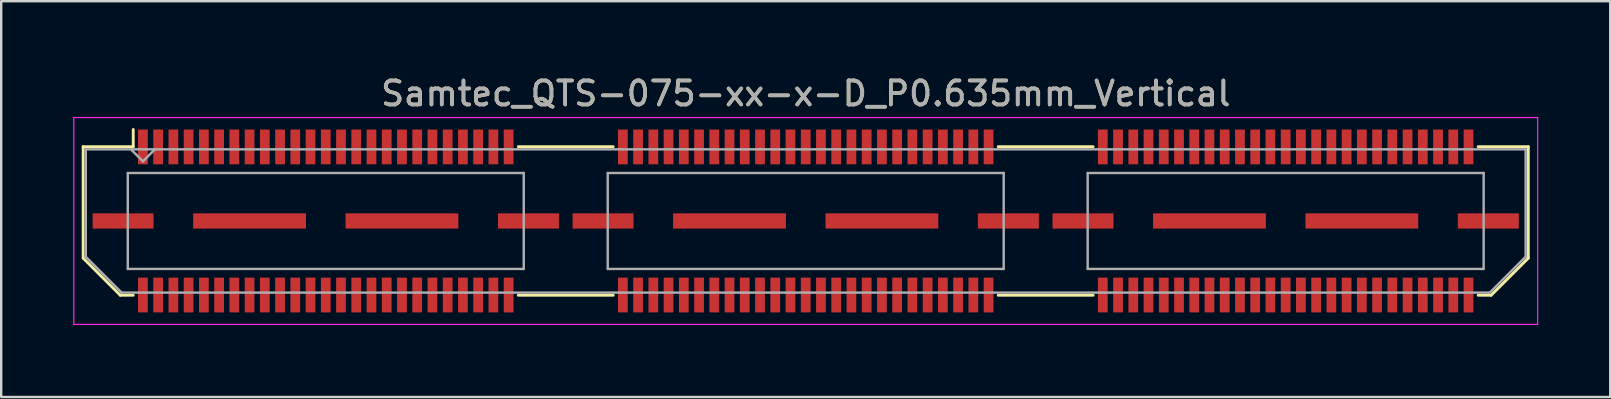
<source format=kicad_pcb>
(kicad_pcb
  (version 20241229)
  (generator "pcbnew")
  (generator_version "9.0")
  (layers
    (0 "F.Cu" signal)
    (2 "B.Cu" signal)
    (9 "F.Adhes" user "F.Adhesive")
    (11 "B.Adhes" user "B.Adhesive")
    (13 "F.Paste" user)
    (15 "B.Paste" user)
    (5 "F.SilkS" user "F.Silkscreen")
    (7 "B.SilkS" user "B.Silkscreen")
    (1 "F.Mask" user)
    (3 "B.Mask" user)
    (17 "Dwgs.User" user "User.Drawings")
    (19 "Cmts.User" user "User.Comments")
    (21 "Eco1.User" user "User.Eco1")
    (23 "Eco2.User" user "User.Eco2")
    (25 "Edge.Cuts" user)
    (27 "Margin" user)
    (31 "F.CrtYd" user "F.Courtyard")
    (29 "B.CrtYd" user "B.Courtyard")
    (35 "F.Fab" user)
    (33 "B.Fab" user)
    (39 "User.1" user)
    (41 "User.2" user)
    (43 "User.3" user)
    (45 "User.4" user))
  (footprint "Samtec_QTS-075-xx-x-D_P0.635mm_Vertical"
    (layer "F.Cu")
    (at 30.525 6.158)
    (property "Reference" "Samtec_QTS-075-xx-x-D_P0.635mm_Vertical" (at 0 -5.31 0) (layer "F.SilkS") (effects (font (size 1 1) (thickness 0.15))))
    (attr smd)
    (fp_line (start -30.11 -3.095) (end -30.11 1.548) (stroke (width 0.12) (type solid)) (layer "F.SilkS"))
    (fp_line (start -30.11 1.548) (end -28.562 3.095) (stroke (width 0.12) (type solid)) (layer "F.SilkS"))
    (fp_line (start -28.562 3.095) (end -28.023 3.095) (stroke (width 0.12) (type solid)) (layer "F.SilkS"))
    (fp_line (start -28.023 -3.811) (end -28.023 -3.095) (stroke (width 0.12) (type solid)) (layer "F.SilkS"))
    (fp_line (start -28.023 -3.095) (end -30.11 -3.095) (stroke (width 0.12) (type solid)) (layer "F.SilkS"))
    (fp_line (start -11.977 -3.095) (end -8.023 -3.095) (stroke (width 0.12) (type solid)) (layer "F.SilkS"))
    (fp_line (start -11.977 3.095) (end -8.023 3.095) (stroke (width 0.12) (type solid)) (layer "F.SilkS"))
    (fp_line (start 8.023 -3.095) (end 11.977 -3.095) (stroke (width 0.12) (type solid)) (layer "F.SilkS"))
    (fp_line (start 8.023 3.095) (end 11.977 3.095) (stroke (width 0.12) (type solid)) (layer "F.SilkS"))
    (fp_line (start 28.023 -3.095) (end 30.11 -3.095) (stroke (width 0.12) (type solid)) (layer "F.SilkS"))
    (fp_line (start 28.562 3.095) (end 28.023 3.095) (stroke (width 0.12) (type solid)) (layer "F.SilkS"))
    (fp_line (start 30.11 -3.095) (end 30.11 1.548) (stroke (width 0.12) (type solid)) (layer "F.SilkS"))
    (fp_line (start 30.11 1.548) (end 28.562 3.095) (stroke (width 0.12) (type solid)) (layer "F.SilkS"))
    (fp_line (start -30.5 -4.31) (end -30.5 4.31) (stroke (width 0.05) (type solid)) (layer "F.CrtYd"))
    (fp_line (start -30.5 4.31) (end 30.5 4.31) (stroke (width 0.05) (type solid)) (layer "F.CrtYd"))
    (fp_line (start 30.5 -4.31) (end -30.5 -4.31) (stroke (width 0.05) (type solid)) (layer "F.CrtYd"))
    (fp_line (start 30.5 4.31) (end 30.5 -4.31) (stroke (width 0.05) (type solid)) (layer "F.CrtYd"))
    (fp_line (start -30 -2.985) (end -30 1.492) (stroke (width 0.1) (type solid)) (layer "F.Fab"))
    (fp_line (start -30 -2.985) (end 30 -2.985) (stroke (width 0.1) (type solid)) (layer "F.Fab"))
    (fp_line (start -30 1.492) (end -28.508 2.985) (stroke (width 0.1) (type solid)) (layer "F.Fab"))
    (fp_line (start -28.508 2.985) (end 28.508 2.985) (stroke (width 0.1) (type solid)) (layer "F.Fab"))
    (fp_line (start -28.25 -2) (end -28.25 2) (stroke (width 0.1) (type solid)) (layer "F.Fab"))
    (fp_line (start -28.25 2) (end -11.75 2) (stroke (width 0.1) (type solid)) (layer "F.Fab"))
    (fp_line (start -27.62 -2.485) (end -28.12 -2.985) (stroke (width 0.1) (type solid)) (layer "F.Fab"))
    (fp_line (start -27.12 -2.985) (end -27.62 -2.485) (stroke (width 0.1) (type solid)) (layer "F.Fab"))
    (fp_line (start -11.75 -2) (end -28.25 -2) (stroke (width 0.1) (type solid)) (layer "F.Fab"))
    (fp_line (start -11.75 2) (end -11.75 -2) (stroke (width 0.1) (type solid)) (layer "F.Fab"))
    (fp_line (start -8.25 -2) (end -8.25 2) (stroke (width 0.1) (type solid)) (layer "F.Fab"))
    (fp_line (start -8.25 2) (end 8.25 2) (stroke (width 0.1) (type solid)) (layer "F.Fab"))
    (fp_line (start 8.25 -2) (end -8.25 -2) (stroke (width 0.1) (type solid)) (layer "F.Fab"))
    (fp_line (start 8.25 2) (end 8.25 -2) (stroke (width 0.1) (type solid)) (layer "F.Fab"))
    (fp_line (start 11.75 -2) (end 11.75 2) (stroke (width 0.1) (type solid)) (layer "F.Fab"))
    (fp_line (start 11.75 2) (end 28.25 2) (stroke (width 0.1) (type solid)) (layer "F.Fab"))
    (fp_line (start 28.25 -2) (end 11.75 -2) (stroke (width 0.1) (type solid)) (layer "F.Fab"))
    (fp_line (start 28.25 2) (end 28.25 -2) (stroke (width 0.1) (type solid)) (layer "F.Fab"))
    (fp_line (start 30 -2.985) (end 30 1.492) (stroke (width 0.1) (type solid)) (layer "F.Fab"))
    (fp_line (start 30 1.492) (end 28.508 2.985) (stroke (width 0.1) (type solid)) (layer "F.Fab"))
    (fp_text user "${REFERENCE}" (at 0 -5.31 0) (layer "F.Fab") (effects (font (size 1 1) (thickness 0.15))))
    (pad "1" smd rect (at -27.62 -3.086) (size 0.406 1.45) (layers "F.Cu" "F.Mask" "F.Paste"))
    (pad "2" smd rect (at -27.62 3.086) (size 0.406 1.45) (layers "F.Cu" "F.Mask" "F.Paste"))
    (pad "3" smd rect (at -26.985 -3.086) (size 0.406 1.45) (layers "F.Cu" "F.Mask" "F.Paste"))
    (pad "4" smd rect (at -26.985 3.086) (size 0.406 1.45) (layers "F.Cu" "F.Mask" "F.Paste"))
    (pad "5" smd rect (at -26.35 -3.086) (size 0.406 1.45) (layers "F.Cu" "F.Mask" "F.Paste"))
    (pad "6" smd rect (at -26.35 3.086) (size 0.406 1.45) (layers "F.Cu" "F.Mask" "F.Paste"))
    (pad "7" smd rect (at -25.715 -3.086) (size 0.406 1.45) (layers "F.Cu" "F.Mask" "F.Paste"))
    (pad "8" smd rect (at -25.715 3.086) (size 0.406 1.45) (layers "F.Cu" "F.Mask" "F.Paste"))
    (pad "9" smd rect (at -25.08 -3.086) (size 0.406 1.45) (layers "F.Cu" "F.Mask" "F.Paste"))
    (pad "10" smd rect (at -25.08 3.086) (size 0.406 1.45) (layers "F.Cu" "F.Mask" "F.Paste"))
    (pad "11" smd rect (at -24.445 -3.086) (size 0.406 1.45) (layers "F.Cu" "F.Mask" "F.Paste"))
    (pad "12" smd rect (at -24.445 3.086) (size 0.406 1.45) (layers "F.Cu" "F.Mask" "F.Paste"))
    (pad "13" smd rect (at -23.81 -3.086) (size 0.406 1.45) (layers "F.Cu" "F.Mask" "F.Paste"))
    (pad "14" smd rect (at -23.81 3.086) (size 0.406 1.45) (layers "F.Cu" "F.Mask" "F.Paste"))
    (pad "15" smd rect (at -23.175 -3.086) (size 0.406 1.45) (layers "F.Cu" "F.Mask" "F.Paste"))
    (pad "16" smd rect (at -23.175 3.086) (size 0.406 1.45) (layers "F.Cu" "F.Mask" "F.Paste"))
    (pad "17" smd rect (at -22.54 -3.086) (size 0.406 1.45) (layers "F.Cu" "F.Mask" "F.Paste"))
    (pad "18" smd rect (at -22.54 3.086) (size 0.406 1.45) (layers "F.Cu" "F.Mask" "F.Paste"))
    (pad "19" smd rect (at -21.905 -3.086) (size 0.406 1.45) (layers "F.Cu" "F.Mask" "F.Paste"))
    (pad "20" smd rect (at -21.905 3.086) (size 0.406 1.45) (layers "F.Cu" "F.Mask" "F.Paste"))
    (pad "21" smd rect (at -21.27 -3.086) (size 0.406 1.45) (layers "F.Cu" "F.Mask" "F.Paste"))
    (pad "22" smd rect (at -21.27 3.086) (size 0.406 1.45) (layers "F.Cu" "F.Mask" "F.Paste"))
    (pad "23" smd rect (at -20.635 -3.086) (size 0.406 1.45) (layers "F.Cu" "F.Mask" "F.Paste"))
    (pad "24" smd rect (at -20.635 3.086) (size 0.406 1.45) (layers "F.Cu" "F.Mask" "F.Paste"))
    (pad "25" smd rect (at -20 -3.086) (size 0.406 1.45) (layers "F.Cu" "F.Mask" "F.Paste"))
    (pad "26" smd rect (at -20 3.086) (size 0.406 1.45) (layers "F.Cu" "F.Mask" "F.Paste"))
    (pad "27" smd rect (at -19.365 -3.086) (size 0.406 1.45) (layers "F.Cu" "F.Mask" "F.Paste"))
    (pad "28" smd rect (at -19.365 3.086) (size 0.406 1.45) (layers "F.Cu" "F.Mask" "F.Paste"))
    (pad "29" smd rect (at -18.73 -3.086) (size 0.406 1.45) (layers "F.Cu" "F.Mask" "F.Paste"))
    (pad "30" smd rect (at -18.73 3.086) (size 0.406 1.45) (layers "F.Cu" "F.Mask" "F.Paste"))
    (pad "31" smd rect (at -18.095 -3.086) (size 0.406 1.45) (layers "F.Cu" "F.Mask" "F.Paste"))
    (pad "32" smd rect (at -18.095 3.086) (size 0.406 1.45) (layers "F.Cu" "F.Mask" "F.Paste"))
    (pad "33" smd rect (at -17.46 -3.086) (size 0.406 1.45) (layers "F.Cu" "F.Mask" "F.Paste"))
    (pad "34" smd rect (at -17.46 3.086) (size 0.406 1.45) (layers "F.Cu" "F.Mask" "F.Paste"))
    (pad "35" smd rect (at -16.825 -3.086) (size 0.406 1.45) (layers "F.Cu" "F.Mask" "F.Paste"))
    (pad "36" smd rect (at -16.825 3.086) (size 0.406 1.45) (layers "F.Cu" "F.Mask" "F.Paste"))
    (pad "37" smd rect (at -16.19 -3.086) (size 0.406 1.45) (layers "F.Cu" "F.Mask" "F.Paste"))
    (pad "38" smd rect (at -16.19 3.086) (size 0.406 1.45) (layers "F.Cu" "F.Mask" "F.Paste"))
    (pad "39" smd rect (at -15.555 -3.086) (size 0.406 1.45) (layers "F.Cu" "F.Mask" "F.Paste"))
    (pad "40" smd rect (at -15.555 3.086) (size 0.406 1.45) (layers "F.Cu" "F.Mask" "F.Paste"))
    (pad "41" smd rect (at -14.92 -3.086) (size 0.406 1.45) (layers "F.Cu" "F.Mask" "F.Paste"))
    (pad "42" smd rect (at -14.92 3.086) (size 0.406 1.45) (layers "F.Cu" "F.Mask" "F.Paste"))
    (pad "43" smd rect (at -14.285 -3.086) (size 0.406 1.45) (layers "F.Cu" "F.Mask" "F.Paste"))
    (pad "44" smd rect (at -14.285 3.086) (size 0.406 1.45) (layers "F.Cu" "F.Mask" "F.Paste"))
    (pad "45" smd rect (at -13.65 -3.086) (size 0.406 1.45) (layers "F.Cu" "F.Mask" "F.Paste"))
    (pad "46" smd rect (at -13.65 3.086) (size 0.406 1.45) (layers "F.Cu" "F.Mask" "F.Paste"))
    (pad "47" smd rect (at -13.015 -3.086) (size 0.406 1.45) (layers "F.Cu" "F.Mask" "F.Paste"))
    (pad "48" smd rect (at -13.015 3.086) (size 0.406 1.45) (layers "F.Cu" "F.Mask" "F.Paste"))
    (pad "49" smd rect (at -12.38 -3.086) (size 0.406 1.45) (layers "F.Cu" "F.Mask" "F.Paste"))
    (pad "50" smd rect (at -12.38 3.086) (size 0.406 1.45) (layers "F.Cu" "F.Mask" "F.Paste"))
    (pad "51" smd rect (at -7.62 -3.086) (size 0.406 1.45) (layers "F.Cu" "F.Mask" "F.Paste"))
    (pad "52" smd rect (at -7.62 3.086) (size 0.406 1.45) (layers "F.Cu" "F.Mask" "F.Paste"))
    (pad "53" smd rect (at -6.985 -3.086) (size 0.406 1.45) (layers "F.Cu" "F.Mask" "F.Paste"))
    (pad "54" smd rect (at -6.985 3.086) (size 0.406 1.45) (layers "F.Cu" "F.Mask" "F.Paste"))
    (pad "55" smd rect (at -6.35 -3.086) (size 0.406 1.45) (layers "F.Cu" "F.Mask" "F.Paste"))
    (pad "56" smd rect (at -6.35 3.086) (size 0.406 1.45) (layers "F.Cu" "F.Mask" "F.Paste"))
    (pad "57" smd rect (at -5.715 -3.086) (size 0.406 1.45) (layers "F.Cu" "F.Mask" "F.Paste"))
    (pad "58" smd rect (at -5.715 3.086) (size 0.406 1.45) (layers "F.Cu" "F.Mask" "F.Paste"))
    (pad "59" smd rect (at -5.08 -3.086) (size 0.406 1.45) (layers "F.Cu" "F.Mask" "F.Paste"))
    (pad "60" smd rect (at -5.08 3.086) (size 0.406 1.45) (layers "F.Cu" "F.Mask" "F.Paste"))
    (pad "61" smd rect (at -4.445 -3.086) (size 0.406 1.45) (layers "F.Cu" "F.Mask" "F.Paste"))
    (pad "62" smd rect (at -4.445 3.086) (size 0.406 1.45) (layers "F.Cu" "F.Mask" "F.Paste"))
    (pad "63" smd rect (at -3.81 -3.086) (size 0.406 1.45) (layers "F.Cu" "F.Mask" "F.Paste"))
    (pad "64" smd rect (at -3.81 3.086) (size 0.406 1.45) (layers "F.Cu" "F.Mask" "F.Paste"))
    (pad "65" smd rect (at -3.175 -3.086) (size 0.406 1.45) (layers "F.Cu" "F.Mask" "F.Paste"))
    (pad "66" smd rect (at -3.175 3.086) (size 0.406 1.45) (layers "F.Cu" "F.Mask" "F.Paste"))
    (pad "67" smd rect (at -2.54 -3.086) (size 0.406 1.45) (layers "F.Cu" "F.Mask" "F.Paste"))
    (pad "68" smd rect (at -2.54 3.086) (size 0.406 1.45) (layers "F.Cu" "F.Mask" "F.Paste"))
    (pad "69" smd rect (at -1.905 -3.086) (size 0.406 1.45) (layers "F.Cu" "F.Mask" "F.Paste"))
    (pad "70" smd rect (at -1.905 3.086) (size 0.406 1.45) (layers "F.Cu" "F.Mask" "F.Paste"))
    (pad "71" smd rect (at -1.27 -3.086) (size 0.406 1.45) (layers "F.Cu" "F.Mask" "F.Paste"))
    (pad "72" smd rect (at -1.27 3.086) (size 0.406 1.45) (layers "F.Cu" "F.Mask" "F.Paste"))
    (pad "73" smd rect (at -0.635 -3.086) (size 0.406 1.45) (layers "F.Cu" "F.Mask" "F.Paste"))
    (pad "74" smd rect (at -0.635 3.086) (size 0.406 1.45) (layers "F.Cu" "F.Mask" "F.Paste"))
    (pad "75" smd rect (at 0 -3.086) (size 0.406 1.45) (layers "F.Cu" "F.Mask" "F.Paste"))
    (pad "76" smd rect (at 0 3.086) (size 0.406 1.45) (layers "F.Cu" "F.Mask" "F.Paste"))
    (pad "77" smd rect (at 0.635 -3.086) (size 0.406 1.45) (layers "F.Cu" "F.Mask" "F.Paste"))
    (pad "78" smd rect (at 0.635 3.086) (size 0.406 1.45) (layers "F.Cu" "F.Mask" "F.Paste"))
    (pad "79" smd rect (at 1.27 -3.086) (size 0.406 1.45) (layers "F.Cu" "F.Mask" "F.Paste"))
    (pad "80" smd rect (at 1.27 3.086) (size 0.406 1.45) (layers "F.Cu" "F.Mask" "F.Paste"))
    (pad "81" smd rect (at 1.905 -3.086) (size 0.406 1.45) (layers "F.Cu" "F.Mask" "F.Paste"))
    (pad "82" smd rect (at 1.905 3.086) (size 0.406 1.45) (layers "F.Cu" "F.Mask" "F.Paste"))
    (pad "83" smd rect (at 2.54 -3.086) (size 0.406 1.45) (layers "F.Cu" "F.Mask" "F.Paste"))
    (pad "84" smd rect (at 2.54 3.086) (size 0.406 1.45) (layers "F.Cu" "F.Mask" "F.Paste"))
    (pad "85" smd rect (at 3.175 -3.086) (size 0.406 1.45) (layers "F.Cu" "F.Mask" "F.Paste"))
    (pad "86" smd rect (at 3.175 3.086) (size 0.406 1.45) (layers "F.Cu" "F.Mask" "F.Paste"))
    (pad "87" smd rect (at 3.81 -3.086) (size 0.406 1.45) (layers "F.Cu" "F.Mask" "F.Paste"))
    (pad "88" smd rect (at 3.81 3.086) (size 0.406 1.45) (layers "F.Cu" "F.Mask" "F.Paste"))
    (pad "89" smd rect (at 4.445 -3.086) (size 0.406 1.45) (layers "F.Cu" "F.Mask" "F.Paste"))
    (pad "90" smd rect (at 4.445 3.086) (size 0.406 1.45) (layers "F.Cu" "F.Mask" "F.Paste"))
    (pad "91" smd rect (at 5.08 -3.086) (size 0.406 1.45) (layers "F.Cu" "F.Mask" "F.Paste"))
    (pad "92" smd rect (at 5.08 3.086) (size 0.406 1.45) (layers "F.Cu" "F.Mask" "F.Paste"))
    (pad "93" smd rect (at 5.715 -3.086) (size 0.406 1.45) (layers "F.Cu" "F.Mask" "F.Paste"))
    (pad "94" smd rect (at 5.715 3.086) (size 0.406 1.45) (layers "F.Cu" "F.Mask" "F.Paste"))
    (pad "95" smd rect (at 6.35 -3.086) (size 0.406 1.45) (layers "F.Cu" "F.Mask" "F.Paste"))
    (pad "96" smd rect (at 6.35 3.086) (size 0.406 1.45) (layers "F.Cu" "F.Mask" "F.Paste"))
    (pad "97" smd rect (at 6.985 -3.086) (size 0.406 1.45) (layers "F.Cu" "F.Mask" "F.Paste"))
    (pad "98" smd rect (at 6.985 3.086) (size 0.406 1.45) (layers "F.Cu" "F.Mask" "F.Paste"))
    (pad "99" smd rect (at 7.62 -3.086) (size 0.406 1.45) (layers "F.Cu" "F.Mask" "F.Paste"))
    (pad "100" smd rect (at 7.62 3.086) (size 0.406 1.45) (layers "F.Cu" "F.Mask" "F.Paste"))
    (pad "101" smd rect (at 12.38 -3.086) (size 0.406 1.45) (layers "F.Cu" "F.Mask" "F.Paste"))
    (pad "102" smd rect (at 12.38 3.086) (size 0.406 1.45) (layers "F.Cu" "F.Mask" "F.Paste"))
    (pad "103" smd rect (at 13.015 -3.086) (size 0.406 1.45) (layers "F.Cu" "F.Mask" "F.Paste"))
    (pad "104" smd rect (at 13.015 3.086) (size 0.406 1.45) (layers "F.Cu" "F.Mask" "F.Paste"))
    (pad "105" smd rect (at 13.65 -3.086) (size 0.406 1.45) (layers "F.Cu" "F.Mask" "F.Paste"))
    (pad "106" smd rect (at 13.65 3.086) (size 0.406 1.45) (layers "F.Cu" "F.Mask" "F.Paste"))
    (pad "107" smd rect (at 14.285 -3.086) (size 0.406 1.45) (layers "F.Cu" "F.Mask" "F.Paste"))
    (pad "108" smd rect (at 14.285 3.086) (size 0.406 1.45) (layers "F.Cu" "F.Mask" "F.Paste"))
    (pad "109" smd rect (at 14.92 -3.086) (size 0.406 1.45) (layers "F.Cu" "F.Mask" "F.Paste"))
    (pad "110" smd rect (at 14.92 3.086) (size 0.406 1.45) (layers "F.Cu" "F.Mask" "F.Paste"))
    (pad "111" smd rect (at 15.555 -3.086) (size 0.406 1.45) (layers "F.Cu" "F.Mask" "F.Paste"))
    (pad "112" smd rect (at 15.555 3.086) (size 0.406 1.45) (layers "F.Cu" "F.Mask" "F.Paste"))
    (pad "113" smd rect (at 16.19 -3.086) (size 0.406 1.45) (layers "F.Cu" "F.Mask" "F.Paste"))
    (pad "114" smd rect (at 16.19 3.086) (size 0.406 1.45) (layers "F.Cu" "F.Mask" "F.Paste"))
    (pad "115" smd rect (at 16.825 -3.086) (size 0.406 1.45) (layers "F.Cu" "F.Mask" "F.Paste"))
    (pad "116" smd rect (at 16.825 3.086) (size 0.406 1.45) (layers "F.Cu" "F.Mask" "F.Paste"))
    (pad "117" smd rect (at 17.46 -3.086) (size 0.406 1.45) (layers "F.Cu" "F.Mask" "F.Paste"))
    (pad "118" smd rect (at 17.46 3.086) (size 0.406 1.45) (layers "F.Cu" "F.Mask" "F.Paste"))
    (pad "119" smd rect (at 18.095 -3.086) (size 0.406 1.45) (layers "F.Cu" "F.Mask" "F.Paste"))
    (pad "120" smd rect (at 18.095 3.086) (size 0.406 1.45) (layers "F.Cu" "F.Mask" "F.Paste"))
    (pad "121" smd rect (at 18.73 -3.086) (size 0.406 1.45) (layers "F.Cu" "F.Mask" "F.Paste"))
    (pad "122" smd rect (at 18.73 3.086) (size 0.406 1.45) (layers "F.Cu" "F.Mask" "F.Paste"))
    (pad "123" smd rect (at 19.365 -3.086) (size 0.406 1.45) (layers "F.Cu" "F.Mask" "F.Paste"))
    (pad "124" smd rect (at 19.365 3.086) (size 0.406 1.45) (layers "F.Cu" "F.Mask" "F.Paste"))
    (pad "125" smd rect (at 20 -3.086) (size 0.406 1.45) (layers "F.Cu" "F.Mask" "F.Paste"))
    (pad "126" smd rect (at 20 3.086) (size 0.406 1.45) (layers "F.Cu" "F.Mask" "F.Paste"))
    (pad "127" smd rect (at 20.635 -3.086) (size 0.406 1.45) (layers "F.Cu" "F.Mask" "F.Paste"))
    (pad "128" smd rect (at 20.635 3.086) (size 0.406 1.45) (layers "F.Cu" "F.Mask" "F.Paste"))
    (pad "129" smd rect (at 21.27 -3.086) (size 0.406 1.45) (layers "F.Cu" "F.Mask" "F.Paste"))
    (pad "130" smd rect (at 21.27 3.086) (size 0.406 1.45) (layers "F.Cu" "F.Mask" "F.Paste"))
    (pad "131" smd rect (at 21.905 -3.086) (size 0.406 1.45) (layers "F.Cu" "F.Mask" "F.Paste"))
    (pad "132" smd rect (at 21.905 3.086) (size 0.406 1.45) (layers "F.Cu" "F.Mask" "F.Paste"))
    (pad "133" smd rect (at 22.54 -3.086) (size 0.406 1.45) (layers "F.Cu" "F.Mask" "F.Paste"))
    (pad "134" smd rect (at 22.54 3.086) (size 0.406 1.45) (layers "F.Cu" "F.Mask" "F.Paste"))
    (pad "135" smd rect (at 23.175 -3.086) (size 0.406 1.45) (layers "F.Cu" "F.Mask" "F.Paste"))
    (pad "136" smd rect (at 23.175 3.086) (size 0.406 1.45) (layers "F.Cu" "F.Mask" "F.Paste"))
    (pad "137" smd rect (at 23.81 -3.086) (size 0.406 1.45) (layers "F.Cu" "F.Mask" "F.Paste"))
    (pad "138" smd rect (at 23.81 3.086) (size 0.406 1.45) (layers "F.Cu" "F.Mask" "F.Paste"))
    (pad "139" smd rect (at 24.445 -3.086) (size 0.406 1.45) (layers "F.Cu" "F.Mask" "F.Paste"))
    (pad "140" smd rect (at 24.445 3.086) (size 0.406 1.45) (layers "F.Cu" "F.Mask" "F.Paste"))
    (pad "141" smd rect (at 25.08 -3.086) (size 0.406 1.45) (layers "F.Cu" "F.Mask" "F.Paste"))
    (pad "142" smd rect (at 25.08 3.086) (size 0.406 1.45) (layers "F.Cu" "F.Mask" "F.Paste"))
    (pad "143" smd rect (at 25.715 -3.086) (size 0.406 1.45) (layers "F.Cu" "F.Mask" "F.Paste"))
    (pad "144" smd rect (at 25.715 3.086) (size 0.406 1.45) (layers "F.Cu" "F.Mask" "F.Paste"))
    (pad "145" smd rect (at 26.35 -3.086) (size 0.406 1.45) (layers "F.Cu" "F.Mask" "F.Paste"))
    (pad "146" smd rect (at 26.35 3.086) (size 0.406 1.45) (layers "F.Cu" "F.Mask" "F.Paste"))
    (pad "147" smd rect (at 26.985 -3.086) (size 0.406 1.45) (layers "F.Cu" "F.Mask" "F.Paste"))
    (pad "148" smd rect (at 26.985 3.086) (size 0.406 1.45) (layers "F.Cu" "F.Mask" "F.Paste"))
    (pad "149" smd rect (at 27.62 -3.086) (size 0.406 1.45) (layers "F.Cu" "F.Mask" "F.Paste"))
    (pad "150" smd rect (at 27.62 3.086) (size 0.406 1.45) (layers "F.Cu" "F.Mask" "F.Paste"))
    (pad "P1" smd rect (at -28.445 0) (size 2.54 0.635) (layers "F.Cu" "F.Mask" "F.Paste"))
    (pad "P1" smd rect (at -23.175 0) (size 4.7 0.635) (layers "F.Cu" "F.Mask" "F.Paste"))
    (pad "P1" smd rect (at -16.825 0) (size 4.7 0.635) (layers "F.Cu" "F.Mask" "F.Paste"))
    (pad "P1" smd rect (at -11.555 0) (size 2.54 0.635) (layers "F.Cu" "F.Mask" "F.Paste"))
    (pad "P2" smd rect (at -8.445 0) (size 2.54 0.635) (layers "F.Cu" "F.Mask" "F.Paste"))
    (pad "P2" smd rect (at -3.175 0) (size 4.7 0.635) (layers "F.Cu" "F.Mask" "F.Paste"))
    (pad "P2" smd rect (at 3.175 0) (size 4.7 0.635) (layers "F.Cu" "F.Mask" "F.Paste"))
    (pad "P2" smd rect (at 8.445 0) (size 2.54 0.635) (layers "F.Cu" "F.Mask" "F.Paste"))
    (pad "P3" smd rect (at 11.555 0) (size 2.54 0.635) (layers "F.Cu" "F.Mask" "F.Paste"))
    (pad "P3" smd rect (at 16.825 0) (size 4.7 0.635) (layers "F.Cu" "F.Mask" "F.Paste"))
    (pad "P3" smd rect (at 23.175 0) (size 4.7 0.635) (layers "F.Cu" "F.Mask" "F.Paste"))
    (pad "P3" smd rect (at 28.445 0) (size 2.54 0.635) (layers "F.Cu" "F.Mask" "F.Paste")))
  (gr_rect
    (start -3 -3)
    (end 64.05 13.493)
    (stroke (width 0.1) (type default))
    (fill no)
    (layer "Edge.Cuts")))
</source>
